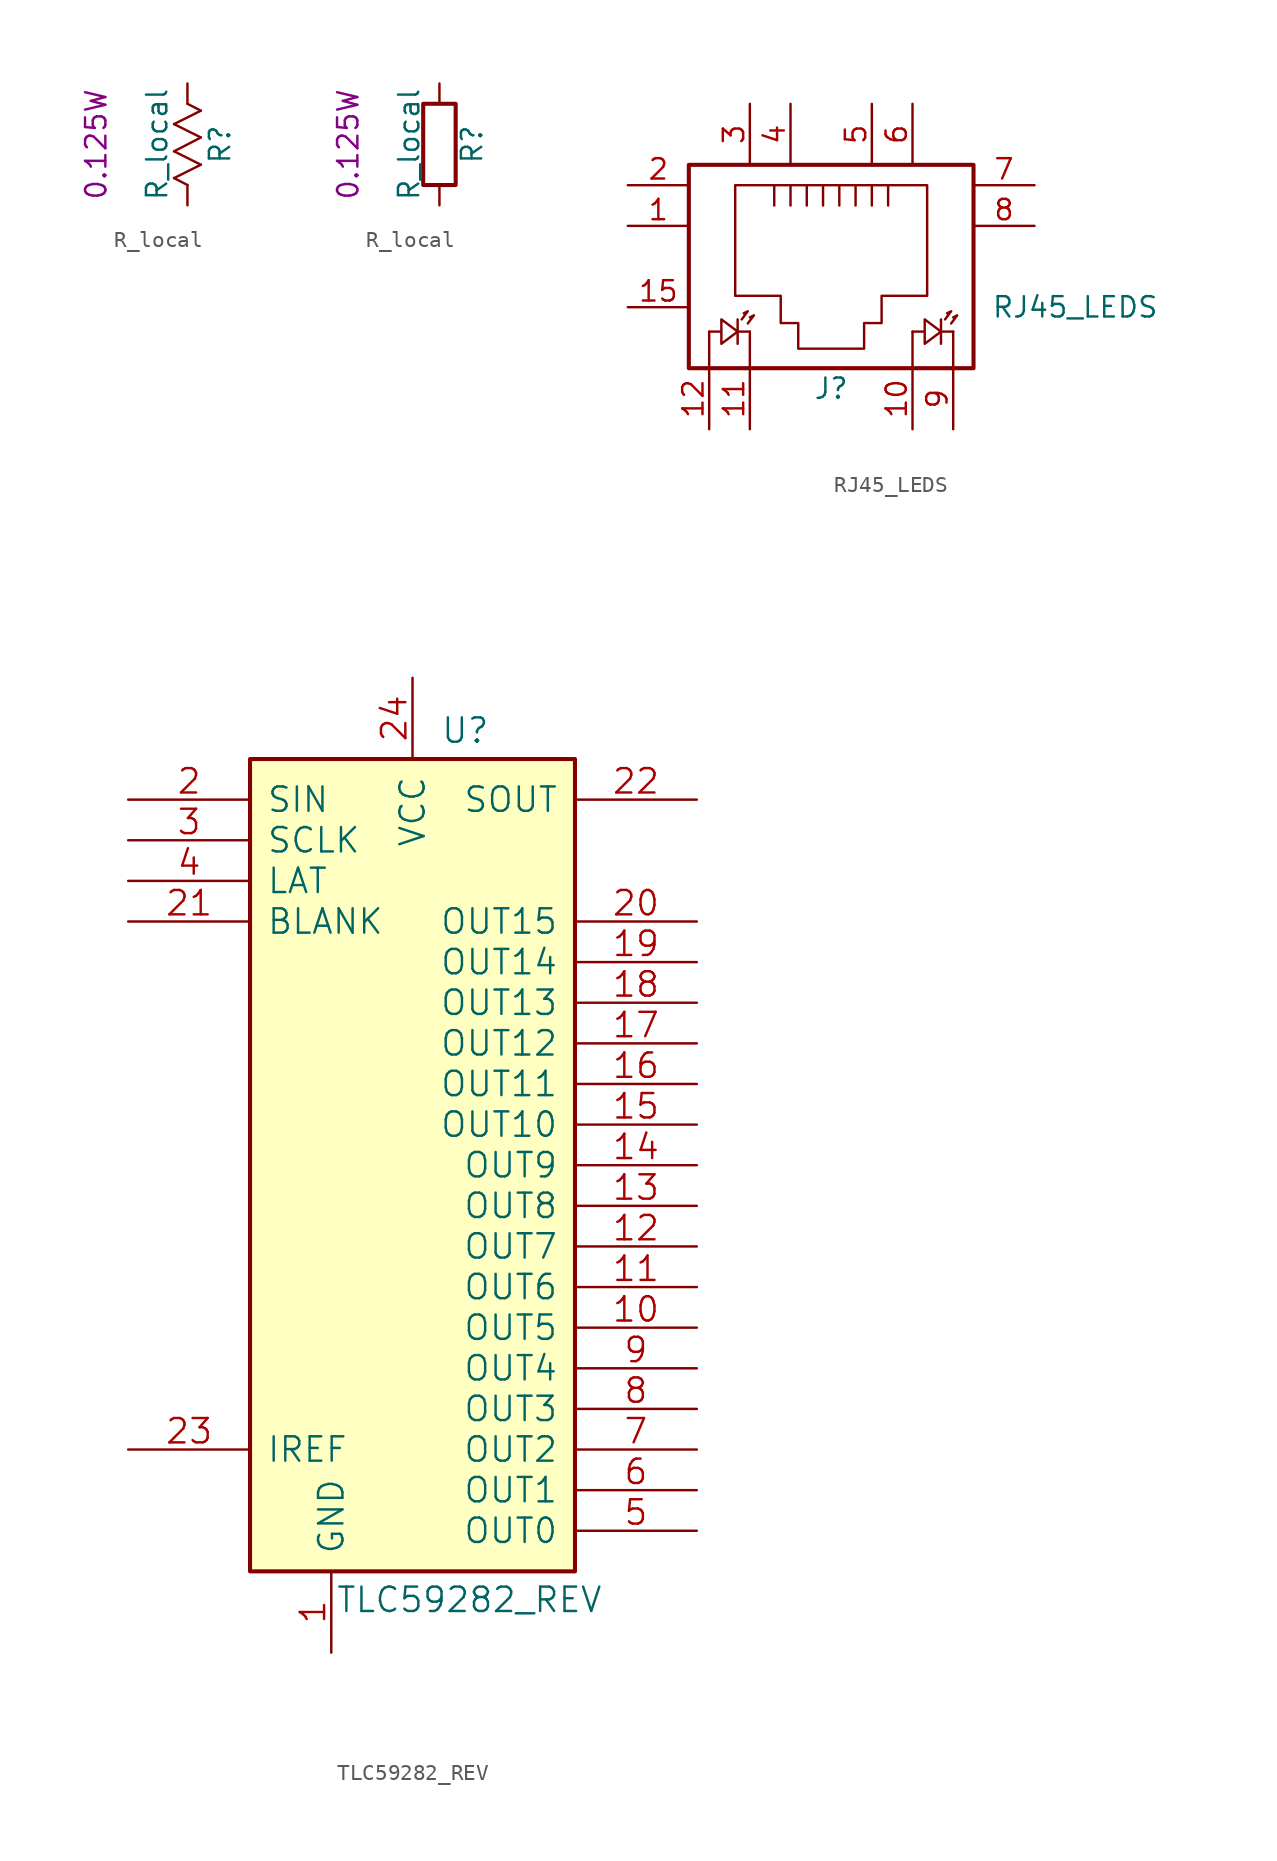
<source format=kicad_sym>
(kicad_symbol_lib
  (version 20231120)
  (generator "kicad_symbol_editor")
  (generator_version "8.0")
  (symbol "R_local"
    (pin_numbers hide)
    (pin_names
      (offset 0))
    (property "Reference" "R"
      (at 2.032 0 90)
      (effects (font (size 1.27 1.27))))
    (property "Value" "R_local"
      (at -1.905 0 90)
      (effects (font (size 1.27 1.27))))
    (property "Power" "0.125W"
      (at -5.715 0 90)
      (effects (font (size 1.27 1.27))))
    (symbol "R_local_0_1"
      (polyline (pts (xy -0.838 -2.108) (xy 0.838 -1.27)) (stroke (width 0.152) (type solid)) (fill (type none)))
      (polyline (pts (xy -0.838 -0.432) (xy 0.838 0.432)) (stroke (width 0.152) (type solid)) (fill (type none)))
      (polyline (pts (xy -0.838 1.27) (xy 0.838 2.108)) (stroke (width 0.152) (type solid)) (fill (type none)))
      (polyline (pts (xy 0 -2.54) (xy -0.838 -2.108)) (stroke (width 0.152) (type solid)) (fill (type none)))
      (polyline (pts (xy 0.838 -1.27) (xy -0.838 -0.432)) (stroke (width 0.152) (type solid)) (fill (type none)))
      (polyline (pts (xy 0.838 0.432) (xy -0.838 1.27)) (stroke (width 0.152) (type solid)) (fill (type none)))
      (polyline (pts (xy 0.838 2.108) (xy 0 2.54)) (stroke (width 0.152) (type solid)) (fill (type none))))
    (symbol "R_local_0_2"
      (rectangle (start -1.016 -2.54) (end 1.016 2.54) (stroke (width 0.254) (type solid)) (fill (type none))))
    (symbol "R_local_1_1"
      (pin passive line (at 0 3.81 270) (length 1.27) (name "~" (effects (font (size 1.524 1.524)))) (number "1" (effects (font (size 1.524 1.524)))))
      (pin passive line (at 0 -3.81 90) (length 1.27) (name "~" (effects (font (size 1.524 1.524)))) (number "2" (effects (font (size 1.524 1.524))))))
    (symbol "R_local_1_2"
      (pin passive line (at 0 3.81 270) (length 1.27) (name "~" (effects (font (size 1.524 1.524)))) (number "1" (effects (font (size 1.524 1.524)))))
      (pin passive line (at 0 -3.81 90) (length 1.27) (name "~" (effects (font (size 1.524 1.524)))) (number "2" (effects (font (size 1.524 1.524)))))))
  (symbol "RJ45_LEDS"
    (pin_names
      (offset 1.016))
    (property "Reference" "J"
      (at 0 -7.62 0)
      (effects (font (size 1.27 1.27))))
    (property "Value" "RJ45_LEDS"
      (at 15.24 -2.54 0)
      (effects (font (size 1.27 1.27))))
    (symbol "RJ45_LEDS_0_1"
      (rectangle (start -8.89 -6.35) (end 8.89 6.35) (stroke (width 0.254) (type solid)) (fill (type none)))
      (polyline (pts (xy -7.62 -4.064) (xy -7.62 -6.35)) (stroke (width 0) (type solid)) (fill (type none)))
      (polyline (pts (xy -5.08 -4.064) (xy -5.08 -6.35)) (stroke (width 0) (type solid)) (fill (type none)))
      (polyline (pts (xy -3.556 3.81) (xy -3.556 5.08)) (stroke (width 0) (type solid)) (fill (type none)))
      (polyline (pts (xy -2.54 5.08) (xy -2.54 3.81)) (stroke (width 0) (type solid)) (fill (type none)))
      (polyline (pts (xy -1.524 5.08) (xy -1.524 3.81)) (stroke (width 0) (type solid)) (fill (type none)))
      (polyline (pts (xy -0.508 5.08) (xy -0.508 3.81)) (stroke (width 0) (type solid)) (fill (type none)))
      (polyline (pts (xy 0.508 5.08) (xy 0.508 3.81)) (stroke (width 0) (type solid)) (fill (type none)))
      (polyline (pts (xy 1.524 5.08) (xy 1.524 3.81)) (stroke (width 0) (type solid)) (fill (type none)))
      (polyline (pts (xy 2.54 5.08) (xy 2.54 3.81)) (stroke (width 0) (type solid)) (fill (type none)))
      (polyline (pts (xy 3.556 5.08) (xy 3.556 3.81)) (stroke (width 0) (type solid)) (fill (type none)))
      (polyline (pts (xy 5.08 -4.064) (xy 5.08 -6.35)) (stroke (width 0) (type solid)) (fill (type none)))
      (polyline (pts (xy 7.62 -4.064) (xy 7.62 -6.35)) (stroke (width 0) (type solid)) (fill (type none)))
      (polyline (pts (xy -5.588 -3.302) (xy -5.207 -2.794) (xy -5.461 -2.921)) (stroke (width 0) (type solid)) (fill (type none)))
      (polyline (pts (xy -5.207 -3.556) (xy -4.826 -3.048) (xy -5.08 -3.175)) (stroke (width 0) (type solid)) (fill (type none)))
      (polyline (pts (xy 7.112 -3.302) (xy 7.493 -2.794) (xy 7.239 -2.921)) (stroke (width 0) (type solid)) (fill (type none)))
      (polyline (pts (xy 7.493 -3.556) (xy 7.874 -3.048) (xy 7.62 -3.175)) (stroke (width 0) (type solid)) (fill (type none)))
      (polyline (pts (xy -5.842 -3.302) (xy -5.842 -4.826) (xy -5.842 -4.064) (xy -5.08 -4.064)) (stroke (width 0) (type solid)) (fill (type none)))
      (polyline (pts (xy 6.858 -3.302) (xy 6.858 -4.826) (xy 6.858 -4.064) (xy 7.62 -4.064)) (stroke (width 0) (type solid)) (fill (type none)))
      (polyline (pts (xy -7.62 -4.064) (xy -6.858 -4.064) (xy -6.858 -3.302) (xy -5.842 -4.064) (xy -6.858 -4.826) (xy -6.858 -4.064)) (stroke (width 0) (type solid)) (fill (type none)))
      (polyline (pts (xy 5.08 -4.064) (xy 5.842 -4.064) (xy 5.842 -3.302) (xy 6.858 -4.064) (xy 5.842 -4.826) (xy 5.842 -4.064)) (stroke (width 0) (type solid)) (fill (type none)))
      (polyline (pts (xy -5.994 5.08) (xy 5.994 5.08) (xy 5.994 -1.829) (xy 3.15 -1.829) (xy 3.15 -3.531) (xy 2.057 -3.531) (xy 2.057 -5.131) (xy -2.057 -5.131) (xy -2.057 -3.531) (xy -3.15 -3.531) (xy -3.15 -1.829) (xy -5.994 -1.829) (xy -5.994 5.08)) (stroke (width 0) (type solid)) (fill (type none))))
    (symbol "RJ45_LEDS_1_1"
      (pin passive line (at -12.7 2.54 0) (length 3.81) (name "~" (effects (font (size 1.27 1.27)))) (number "1" (effects (font (size 1.27 1.27)))))
      (pin passive line (at 5.08 -10.16 90) (length 3.81) (name "~" (effects (font (size 1.27 1.27)))) (number "10" (effects (font (size 1.27 1.27)))))
      (pin passive line (at -5.08 -10.16 90) (length 3.81) (name "~" (effects (font (size 1.27 1.27)))) (number "11" (effects (font (size 1.27 1.27)))))
      (pin passive line (at -7.62 -10.16 90) (length 3.81) (name "~" (effects (font (size 1.27 1.27)))) (number "12" (effects (font (size 1.27 1.27)))))
      (pin passive line (at -12.7 -2.54 0) (length 3.81) (name "~" (effects (font (size 1.27 1.27)))) (number "15" (effects (font (size 1.27 1.27)))))
      (pin passive line (at -12.7 5.08 0) (length 3.81) (name "~" (effects (font (size 1.27 1.27)))) (number "2" (effects (font (size 1.27 1.27)))))
      (pin passive line (at -5.08 10.16 270) (length 3.81) (name "~" (effects (font (size 1.27 1.27)))) (number "3" (effects (font (size 1.27 1.27)))))
      (pin passive line (at -2.54 10.16 270) (length 3.81) (name "~" (effects (font (size 1.27 1.27)))) (number "4" (effects (font (size 1.27 1.27)))))
      (pin passive line (at 2.54 10.16 270) (length 3.81) (name "~" (effects (font (size 1.27 1.27)))) (number "5" (effects (font (size 1.27 1.27)))))
      (pin passive line (at 5.08 10.16 270) (length 3.81) (name "~" (effects (font (size 1.27 1.27)))) (number "6" (effects (font (size 1.27 1.27)))))
      (pin passive line (at 12.7 5.08 180) (length 3.81) (name "~" (effects (font (size 1.27 1.27)))) (number "7" (effects (font (size 1.27 1.27)))))
      (pin passive line (at 12.7 2.54 180) (length 3.81) (name "~" (effects (font (size 1.27 1.27)))) (number "8" (effects (font (size 1.27 1.27)))))
      (pin passive line (at 7.62 -10.16 90) (length 3.81) (name "~" (effects (font (size 1.27 1.27)))) (number "9" (effects (font (size 1.27 1.27)))))))
  (symbol "TLC59282_REV"
    (pin_names
      (offset 1.016))
    (property "Reference" "U"
      (at 3.302 27.178 0)
      (effects (font (size 1.524 1.524))))
    (property "Value" "TLC59282_REV"
      (at 3.556 -27.178 0)
      (effects (font (size 1.524 1.524))))
    (symbol "TLC59282_REV_1_0"
      (pin power_in line (at -5.08 -30.48 90) (length 5.08) (name "GND" (effects (font (size 1.524 1.524)))) (number "1" (effects (font (size 1.524 1.524)))))
      (pin power_in line (at 0 30.48 270) (length 5.08) (name "VCC" (effects (font (size 1.524 1.524)))) (number "24" (effects (font (size 1.524 1.524))))))
    (symbol "TLC59282_REV_1_1"
      (rectangle (start -10.16 25.4) (end 10.16 -25.4) (stroke (width 0.254) (type solid)) (fill (type background)))
      (pin output line (at 17.78 -10.16 180) (length 7.62) (name "OUT5" (effects (font (size 1.524 1.524)))) (number "10" (effects (font (size 1.524 1.524)))))
      (pin output line (at 17.78 -7.62 180) (length 7.62) (name "OUT6" (effects (font (size 1.524 1.524)))) (number "11" (effects (font (size 1.524 1.524)))))
      (pin output line (at 17.78 -5.08 180) (length 7.62) (name "OUT7" (effects (font (size 1.524 1.524)))) (number "12" (effects (font (size 1.524 1.524)))))
      (pin output line (at 17.78 -2.54 180) (length 7.62) (name "OUT8" (effects (font (size 1.524 1.524)))) (number "13" (effects (font (size 1.524 1.524)))))
      (pin output line (at 17.78 0 180) (length 7.62) (name "OUT9" (effects (font (size 1.524 1.524)))) (number "14" (effects (font (size 1.524 1.524)))))
      (pin output line (at 17.78 2.54 180) (length 7.62) (name "OUT10" (effects (font (size 1.524 1.524)))) (number "15" (effects (font (size 1.524 1.524)))))
      (pin output line (at 17.78 5.08 180) (length 7.62) (name "OUT11" (effects (font (size 1.524 1.524)))) (number "16" (effects (font (size 1.524 1.524)))))
      (pin output line (at 17.78 7.62 180) (length 7.62) (name "OUT12" (effects (font (size 1.524 1.524)))) (number "17" (effects (font (size 1.524 1.524)))))
      (pin output line (at 17.78 10.16 180) (length 7.62) (name "OUT13" (effects (font (size 1.524 1.524)))) (number "18" (effects (font (size 1.524 1.524)))))
      (pin output line (at 17.78 12.7 180) (length 7.62) (name "OUT14" (effects (font (size 1.524 1.524)))) (number "19" (effects (font (size 1.524 1.524)))))
      (pin input line (at -17.78 22.86 0) (length 7.62) (name "SIN" (effects (font (size 1.524 1.524)))) (number "2" (effects (font (size 1.524 1.524)))))
      (pin output line (at 17.78 15.24 180) (length 7.62) (name "OUT15" (effects (font (size 1.524 1.524)))) (number "20" (effects (font (size 1.524 1.524)))))
      (pin input line (at -17.78 15.24 0) (length 7.62) (name "BLANK" (effects (font (size 1.524 1.524)))) (number "21" (effects (font (size 1.524 1.524)))))
      (pin output line (at 17.78 22.86 180) (length 7.62) (name "SOUT" (effects (font (size 1.524 1.524)))) (number "22" (effects (font (size 1.524 1.524)))))
      (pin passive line (at -17.78 -17.78 0) (length 7.62) (name "IREF" (effects (font (size 1.524 1.524)))) (number "23" (effects (font (size 1.524 1.524)))))
      (pin input line (at -17.78 20.32 0) (length 7.62) (name "SCLK" (effects (font (size 1.524 1.524)))) (number "3" (effects (font (size 1.524 1.524)))))
      (pin input line (at -17.78 17.78 0) (length 7.62) (name "LAT" (effects (font (size 1.524 1.524)))) (number "4" (effects (font (size 1.524 1.524)))))
      (pin output line (at 17.78 -22.86 180) (length 7.62) (name "OUT0" (effects (font (size 1.524 1.524)))) (number "5" (effects (font (size 1.524 1.524)))))
      (pin output line (at 17.78 -20.32 180) (length 7.62) (name "OUT1" (effects (font (size 1.524 1.524)))) (number "6" (effects (font (size 1.524 1.524)))))
      (pin output line (at 17.78 -17.78 180) (length 7.62) (name "OUT2" (effects (font (size 1.524 1.524)))) (number "7" (effects (font (size 1.524 1.524)))))
      (pin output line (at 17.78 -15.24 180) (length 7.62) (name "OUT3" (effects (font (size 1.524 1.524)))) (number "8" (effects (font (size 1.524 1.524)))))
      (pin output line (at 17.78 -12.7 180) (length 7.62) (name "OUT4" (effects (font (size 1.524 1.524)))) (number "9" (effects (font (size 1.524 1.524))))))))
</source>
